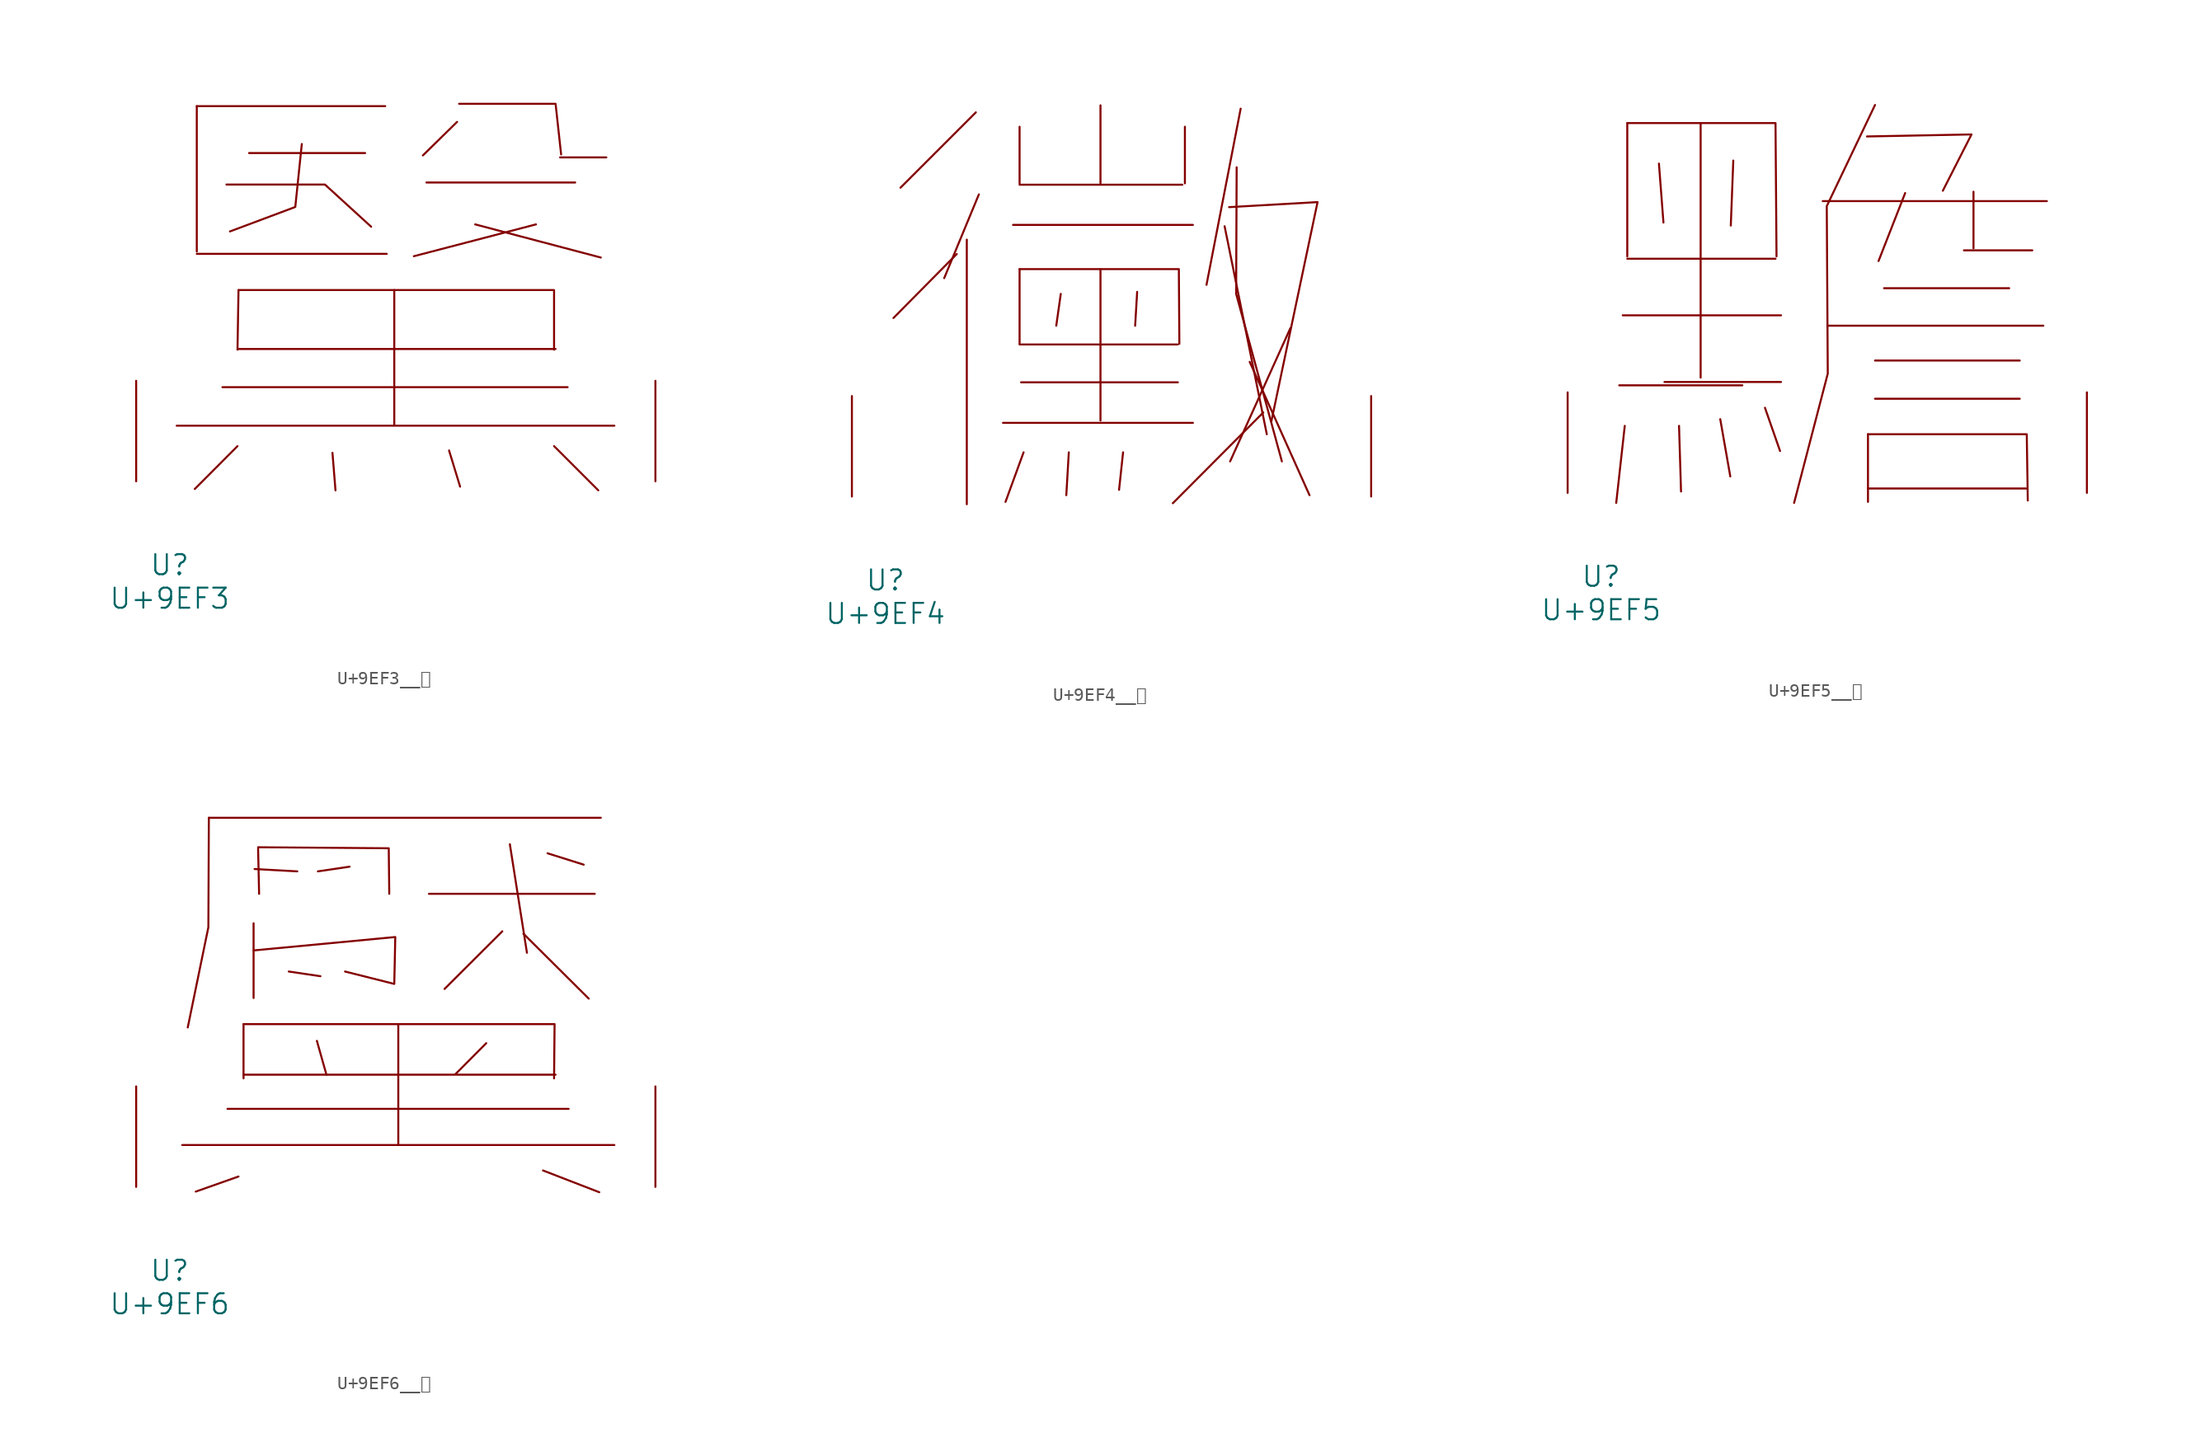
<source format=kicad_sym>
(kicad_symbol_lib
  (version 20231120)
  (generator "kicad_symbol_editor")
  (generator_version "8.0")
  (symbol "U+9EF3__黳"
    (pin_names
      (offset 1.016))
    (property "Reference" "U"
      (at 0 -6.35 0)
      (effects (font (size 1.524 1.524))))
    (property "Value" "U+9EF3"
      (at 0 -8.89 0)
      (effects (font (size 1.524 1.524))))
    (symbol "U+9EF3__黳_0_1"
      (polyline (pts (xy 0.533 4.216) (xy 33.718 4.216)) (stroke (width 0) (type solid)) (fill (type none)))
      (polyline (pts (xy 2.057 17.247) (xy 16.459 17.247)) (stroke (width 0) (type solid)) (fill (type none)))
      (polyline (pts (xy 2.057 28.448) (xy 2.057 17.424)) (stroke (width 0) (type solid)) (fill (type none)))
      (polyline (pts (xy 2.057 28.448) (xy 16.345 28.448)) (stroke (width 0) (type solid)) (fill (type none)))
      (polyline (pts (xy 4 7.137) (xy 30.175 7.137)) (stroke (width 0) (type solid)) (fill (type none)))
      (polyline (pts (xy 5.144 2.667) (xy 1.905 -0.584)) (stroke (width 0) (type solid)) (fill (type none)))
      (polyline (pts (xy 5.22 10.033) (xy 29.261 10.033)) (stroke (width 0) (type solid)) (fill (type none)))
      (polyline (pts (xy 5.22 14.503) (xy 5.144 9.982)) (stroke (width 0) (type solid)) (fill (type none)))
      (polyline (pts (xy 6.02 24.892) (xy 14.821 24.892)) (stroke (width 0) (type solid)) (fill (type none)))
      (polyline (pts (xy 12.344 2.159) (xy 12.573 -0.686)) (stroke (width 0) (type solid)) (fill (type none)))
      (polyline (pts (xy 17.031 14.503) (xy 17.031 4.293)) (stroke (width 0) (type solid)) (fill (type none)))
      (polyline (pts (xy 19.469 22.657) (xy 30.747 22.657)) (stroke (width 0) (type solid)) (fill (type none)))
      (polyline (pts (xy 21.184 2.337) (xy 22.022 -0.406)) (stroke (width 0) (type solid)) (fill (type none)))
      (polyline (pts (xy 21.793 27.254) (xy 19.202 24.714)) (stroke (width 0) (type solid)) (fill (type none)))
      (polyline (pts (xy 23.165 19.482) (xy 32.69 16.967)) (stroke (width 0) (type solid)) (fill (type none)))
      (polyline (pts (xy 27.775 19.482) (xy 18.517 17.069)) (stroke (width 0) (type solid)) (fill (type none)))
      (polyline (pts (xy 29.146 2.667) (xy 32.499 -0.686)) (stroke (width 0) (type solid)) (fill (type none)))
      (polyline (pts (xy 29.604 24.562) (xy 33.109 24.562)) (stroke (width 0) (type solid)) (fill (type none)))
      (polyline (pts (xy 4.305 22.504) (xy 11.773 22.504) (xy 15.278 19.304)) (stroke (width 0) (type solid)) (fill (type none)))
      (polyline (pts (xy 5.22 14.503) (xy 29.146 14.503) (xy 29.146 9.982)) (stroke (width 0) (type solid)) (fill (type none)))
      (polyline (pts (xy 10.02 25.578) (xy 9.525 20.803) (xy 4.572 18.948)) (stroke (width 0) (type solid)) (fill (type none)))
      (polyline (pts (xy 21.946 28.626) (xy 29.261 28.626) (xy 29.68 24.79)) (stroke (width 0) (type solid)) (fill (type none)))
      (pin input line (at -2.54 0 90) (length 7.62) (name "~" (effects (font (size 1.27 1.27)))) (number "~" (effects (font (size 1.27 1.27)))))
      (pin input line (at 36.83 0 90) (length 7.62) (name "~" (effects (font (size 1.27 1.27)))) (number "~" (effects (font (size 1.27 1.27)))))))
  (symbol "U+9EF4__黴"
    (pin_names
      (offset 1.016))
    (property "Reference" "U"
      (at 0 -6.35 0)
      (effects (font (size 1.524 1.524))))
    (property "Value" "U+9EF4"
      (at 0 -8.89 0)
      (effects (font (size 1.524 1.524))))
    (symbol "U+9EF4__黴_0_1"
      (polyline (pts (xy 5.41 18.39) (xy 0.61 13.538)) (stroke (width 0) (type solid)) (fill (type none)))
      (polyline (pts (xy 6.172 19.482) (xy 6.172 -0.584)) (stroke (width 0) (type solid)) (fill (type none)))
      (polyline (pts (xy 6.858 29.134) (xy 1.143 23.419)) (stroke (width 0) (type solid)) (fill (type none)))
      (polyline (pts (xy 7.087 22.911) (xy 4.458 16.561)) (stroke (width 0) (type solid)) (fill (type none)))
      (polyline (pts (xy 8.915 5.588) (xy 23.317 5.588)) (stroke (width 0) (type solid)) (fill (type none)))
      (polyline (pts (xy 9.677 20.599) (xy 23.317 20.599)) (stroke (width 0) (type solid)) (fill (type none)))
      (polyline (pts (xy 10.173 11.532) (xy 22.174 11.532)) (stroke (width 0) (type solid)) (fill (type none)))
      (polyline (pts (xy 10.173 17.247) (xy 10.173 11.582)) (stroke (width 0) (type solid)) (fill (type none)))
      (polyline (pts (xy 10.173 23.647) (xy 22.517 23.647)) (stroke (width 0) (type solid)) (fill (type none)))
      (polyline (pts (xy 10.173 28.042) (xy 10.173 23.749)) (stroke (width 0) (type solid)) (fill (type none)))
      (polyline (pts (xy 10.287 8.661) (xy 22.174 8.661)) (stroke (width 0) (type solid)) (fill (type none)))
      (polyline (pts (xy 10.477 3.353) (xy 9.106 -0.406)) (stroke (width 0) (type solid)) (fill (type none)))
      (polyline (pts (xy 13.297 15.367) (xy 12.954 12.954)) (stroke (width 0) (type solid)) (fill (type none)))
      (polyline (pts (xy 13.906 3.353) (xy 13.716 0.102)) (stroke (width 0) (type solid)) (fill (type none)))
      (polyline (pts (xy 16.307 17.247) (xy 16.307 5.766)) (stroke (width 0) (type solid)) (fill (type none)))
      (polyline (pts (xy 16.307 29.667) (xy 16.307 23.749)) (stroke (width 0) (type solid)) (fill (type none)))
      (polyline (pts (xy 18.021 3.353) (xy 17.716 0.508)) (stroke (width 0) (type solid)) (fill (type none)))
      (polyline (pts (xy 19.088 15.519) (xy 18.936 12.954)) (stroke (width 0) (type solid)) (fill (type none)))
      (polyline (pts (xy 22.708 28.042) (xy 22.708 23.749)) (stroke (width 0) (type solid)) (fill (type none)))
      (polyline (pts (xy 25.718 20.498) (xy 28.918 4.724)) (stroke (width 0) (type solid)) (fill (type none)))
      (polyline (pts (xy 26.937 29.413) (xy 24.346 16.053)) (stroke (width 0) (type solid)) (fill (type none)))
      (polyline (pts (xy 27.622 10.211) (xy 32.156 0.102)) (stroke (width 0) (type solid)) (fill (type none)))
      (polyline (pts (xy 28.651 6.375) (xy 21.793 -0.508)) (stroke (width 0) (type solid)) (fill (type none)))
      (polyline (pts (xy 30.709 12.776) (xy 26.137 2.667)) (stroke (width 0) (type solid)) (fill (type none)))
      (polyline (pts (xy 10.173 17.247) (xy 22.25 17.247) (xy 22.288 11.582)) (stroke (width 0) (type solid)) (fill (type none)))
      (polyline (pts (xy 26.06 21.946) (xy 32.766 22.327) (xy 29.261 5.69)) (stroke (width 0) (type solid)) (fill (type none)))
      (polyline (pts (xy 26.632 24.968) (xy 26.594 15.367) (xy 30.061 2.667)) (stroke (width 0) (type solid)) (fill (type none)))
      (pin input line (at -2.54 0 90) (length 7.62) (name "~" (effects (font (size 1.27 1.27)))) (number "~" (effects (font (size 1.27 1.27)))))
      (pin input line (at 36.83 0 90) (length 7.62) (name "~" (effects (font (size 1.27 1.27)))) (number "~" (effects (font (size 1.27 1.27)))))))
  (symbol "U+9EF5__黵"
    (pin_names
      (offset 1.016))
    (property "Reference" "U"
      (at 0 -6.35 0)
      (effects (font (size 1.524 1.524))))
    (property "Value" "U+9EF5"
      (at 0 -8.89 0)
      (effects (font (size 1.524 1.524))))
    (symbol "U+9EF5__黵_0_1"
      (polyline (pts (xy 1.372 8.153) (xy 10.706 8.153)) (stroke (width 0) (type solid)) (fill (type none)))
      (polyline (pts (xy 1.638 13.462) (xy 13.64 13.462)) (stroke (width 0) (type solid)) (fill (type none)))
      (polyline (pts (xy 1.791 5.08) (xy 1.143 -0.762)) (stroke (width 0) (type solid)) (fill (type none)))
      (polyline (pts (xy 1.981 17.755) (xy 13.221 17.755)) (stroke (width 0) (type solid)) (fill (type none)))
      (polyline (pts (xy 1.981 28.042) (xy 1.981 17.932)) (stroke (width 0) (type solid)) (fill (type none)))
      (polyline (pts (xy 4.381 24.968) (xy 4.724 20.498)) (stroke (width 0) (type solid)) (fill (type none)))
      (polyline (pts (xy 4.801 8.407) (xy 13.64 8.407)) (stroke (width 0) (type solid)) (fill (type none)))
      (polyline (pts (xy 5.905 5.08) (xy 6.058 0.102)) (stroke (width 0) (type solid)) (fill (type none)))
      (polyline (pts (xy 7.544 28.042) (xy 7.544 8.738)) (stroke (width 0) (type solid)) (fill (type none)))
      (polyline (pts (xy 9.03 5.588) (xy 9.792 1.245)) (stroke (width 0) (type solid)) (fill (type none)))
      (polyline (pts (xy 10.02 25.197) (xy 9.83 20.269)) (stroke (width 0) (type solid)) (fill (type none)))
      (polyline (pts (xy 12.421 6.452) (xy 13.564 3.175)) (stroke (width 0) (type solid)) (fill (type none)))
      (polyline (pts (xy 16.802 22.123) (xy 33.795 22.123)) (stroke (width 0) (type solid)) (fill (type none)))
      (polyline (pts (xy 17.145 12.675) (xy 33.528 12.675)) (stroke (width 0) (type solid)) (fill (type none)))
      (polyline (pts (xy 20.231 0.33) (xy 32.233 0.33)) (stroke (width 0) (type solid)) (fill (type none)))
      (polyline (pts (xy 20.231 4.445) (xy 20.231 -0.686)) (stroke (width 0) (type solid)) (fill (type none)))
      (polyline (pts (xy 20.765 7.137) (xy 31.737 7.137)) (stroke (width 0) (type solid)) (fill (type none)))
      (polyline (pts (xy 20.765 10.033) (xy 31.737 10.033)) (stroke (width 0) (type solid)) (fill (type none)))
      (polyline (pts (xy 21.45 15.519) (xy 30.937 15.519)) (stroke (width 0) (type solid)) (fill (type none)))
      (polyline (pts (xy 23.05 22.733) (xy 21.031 17.577)) (stroke (width 0) (type solid)) (fill (type none)))
      (polyline (pts (xy 27.508 18.39) (xy 32.69 18.39)) (stroke (width 0) (type solid)) (fill (type none)))
      (polyline (pts (xy 28.232 22.835) (xy 28.232 18.542)) (stroke (width 0) (type solid)) (fill (type none)))
      (polyline (pts (xy 1.981 28.042) (xy 13.221 28.042) (xy 13.297 17.932)) (stroke (width 0) (type solid)) (fill (type none)))
      (polyline (pts (xy 20.155 27.026) (xy 28.08 27.178) (xy 25.908 22.911)) (stroke (width 0) (type solid)) (fill (type none)))
      (polyline (pts (xy 20.231 4.445) (xy 32.271 4.445) (xy 32.347 -0.584)) (stroke (width 0) (type solid)) (fill (type none)))
      (polyline (pts (xy 20.765 29.413) (xy 17.107 21.742) (xy 17.183 9.042) (xy 14.63 -0.762)) (stroke (width 0) (type solid)) (fill (type none)))
      (pin input line (at -2.54 0 90) (length 7.62) (name "~" (effects (font (size 1.27 1.27)))) (number "~" (effects (font (size 1.27 1.27)))))
      (pin input line (at 36.83 0 90) (length 7.62) (name "~" (effects (font (size 1.27 1.27)))) (number "~" (effects (font (size 1.27 1.27)))))))
  (symbol "U+9EF6__黶"
    (pin_names
      (offset 1.016))
    (property "Reference" "U"
      (at 0 -6.35 0)
      (effects (font (size 1.524 1.524))))
    (property "Value" "U+9EF6"
      (at 0 -8.89 0)
      (effects (font (size 1.524 1.524))))
    (symbol "U+9EF6__黶_0_1"
      (polyline (pts (xy 0.953 3.175) (xy 33.718 3.175)) (stroke (width 0) (type solid)) (fill (type none)))
      (polyline (pts (xy 2.972 27.991) (xy 32.69 27.991)) (stroke (width 0) (type solid)) (fill (type none)))
      (polyline (pts (xy 4.381 5.918) (xy 30.251 5.918)) (stroke (width 0) (type solid)) (fill (type none)))
      (polyline (pts (xy 5.22 0.787) (xy 1.981 -0.356)) (stroke (width 0) (type solid)) (fill (type none)))
      (polyline (pts (xy 5.601 8.509) (xy 29.261 8.509)) (stroke (width 0) (type solid)) (fill (type none)))
      (polyline (pts (xy 5.601 12.344) (xy 5.601 8.23)) (stroke (width 0) (type solid)) (fill (type none)))
      (polyline (pts (xy 6.363 19.99) (xy 6.363 14.326)) (stroke (width 0) (type solid)) (fill (type none)))
      (polyline (pts (xy 6.706 25.654) (xy 6.782 22.225)) (stroke (width 0) (type solid)) (fill (type none)))
      (polyline (pts (xy 9.677 23.927) (xy 6.439 24.105)) (stroke (width 0) (type solid)) (fill (type none)))
      (polyline (pts (xy 11.163 11.074) (xy 11.887 8.509)) (stroke (width 0) (type solid)) (fill (type none)))
      (polyline (pts (xy 11.239 23.927) (xy 13.64 24.282)) (stroke (width 0) (type solid)) (fill (type none)))
      (polyline (pts (xy 11.43 15.977) (xy 9.03 16.332)) (stroke (width 0) (type solid)) (fill (type none)))
      (polyline (pts (xy 17.335 12.344) (xy 17.335 3.251)) (stroke (width 0) (type solid)) (fill (type none)))
      (polyline (pts (xy 19.66 22.225) (xy 32.233 22.225)) (stroke (width 0) (type solid)) (fill (type none)))
      (polyline (pts (xy 24.003 10.897) (xy 21.679 8.56)) (stroke (width 0) (type solid)) (fill (type none)))
      (polyline (pts (xy 25.222 19.38) (xy 20.841 15.011)) (stroke (width 0) (type solid)) (fill (type none)))
      (polyline (pts (xy 25.794 25.984) (xy 27.089 17.755)) (stroke (width 0) (type solid)) (fill (type none)))
      (polyline (pts (xy 26.822 19.202) (xy 31.775 14.275)) (stroke (width 0) (type solid)) (fill (type none)))
      (polyline (pts (xy 28.308 1.245) (xy 32.575 -0.406)) (stroke (width 0) (type solid)) (fill (type none)))
      (polyline (pts (xy 28.651 25.298) (xy 31.394 24.435)) (stroke (width 0) (type solid)) (fill (type none)))
      (polyline (pts (xy 2.972 27.991) (xy 2.934 19.685) (xy 1.372 12.09)) (stroke (width 0) (type solid)) (fill (type none)))
      (polyline (pts (xy 5.601 12.344) (xy 29.185 12.344) (xy 29.146 8.23)) (stroke (width 0) (type solid)) (fill (type none)))
      (polyline (pts (xy 6.706 25.756) (xy 16.612 25.679) (xy 16.65 22.225)) (stroke (width 0) (type solid)) (fill (type none)))
      (polyline (pts (xy 6.363 17.932) (xy 17.107 18.948) (xy 17.031 15.392) (xy 13.297 16.332)) (stroke (width 0) (type solid)) (fill (type none)))
      (pin input line (at -2.54 0 90) (length 7.62) (name "~" (effects (font (size 1.27 1.27)))) (number "~" (effects (font (size 1.27 1.27)))))
      (pin input line (at 36.83 0 90) (length 7.62) (name "~" (effects (font (size 1.27 1.27)))) (number "~" (effects (font (size 1.27 1.27))))))))
</source>
